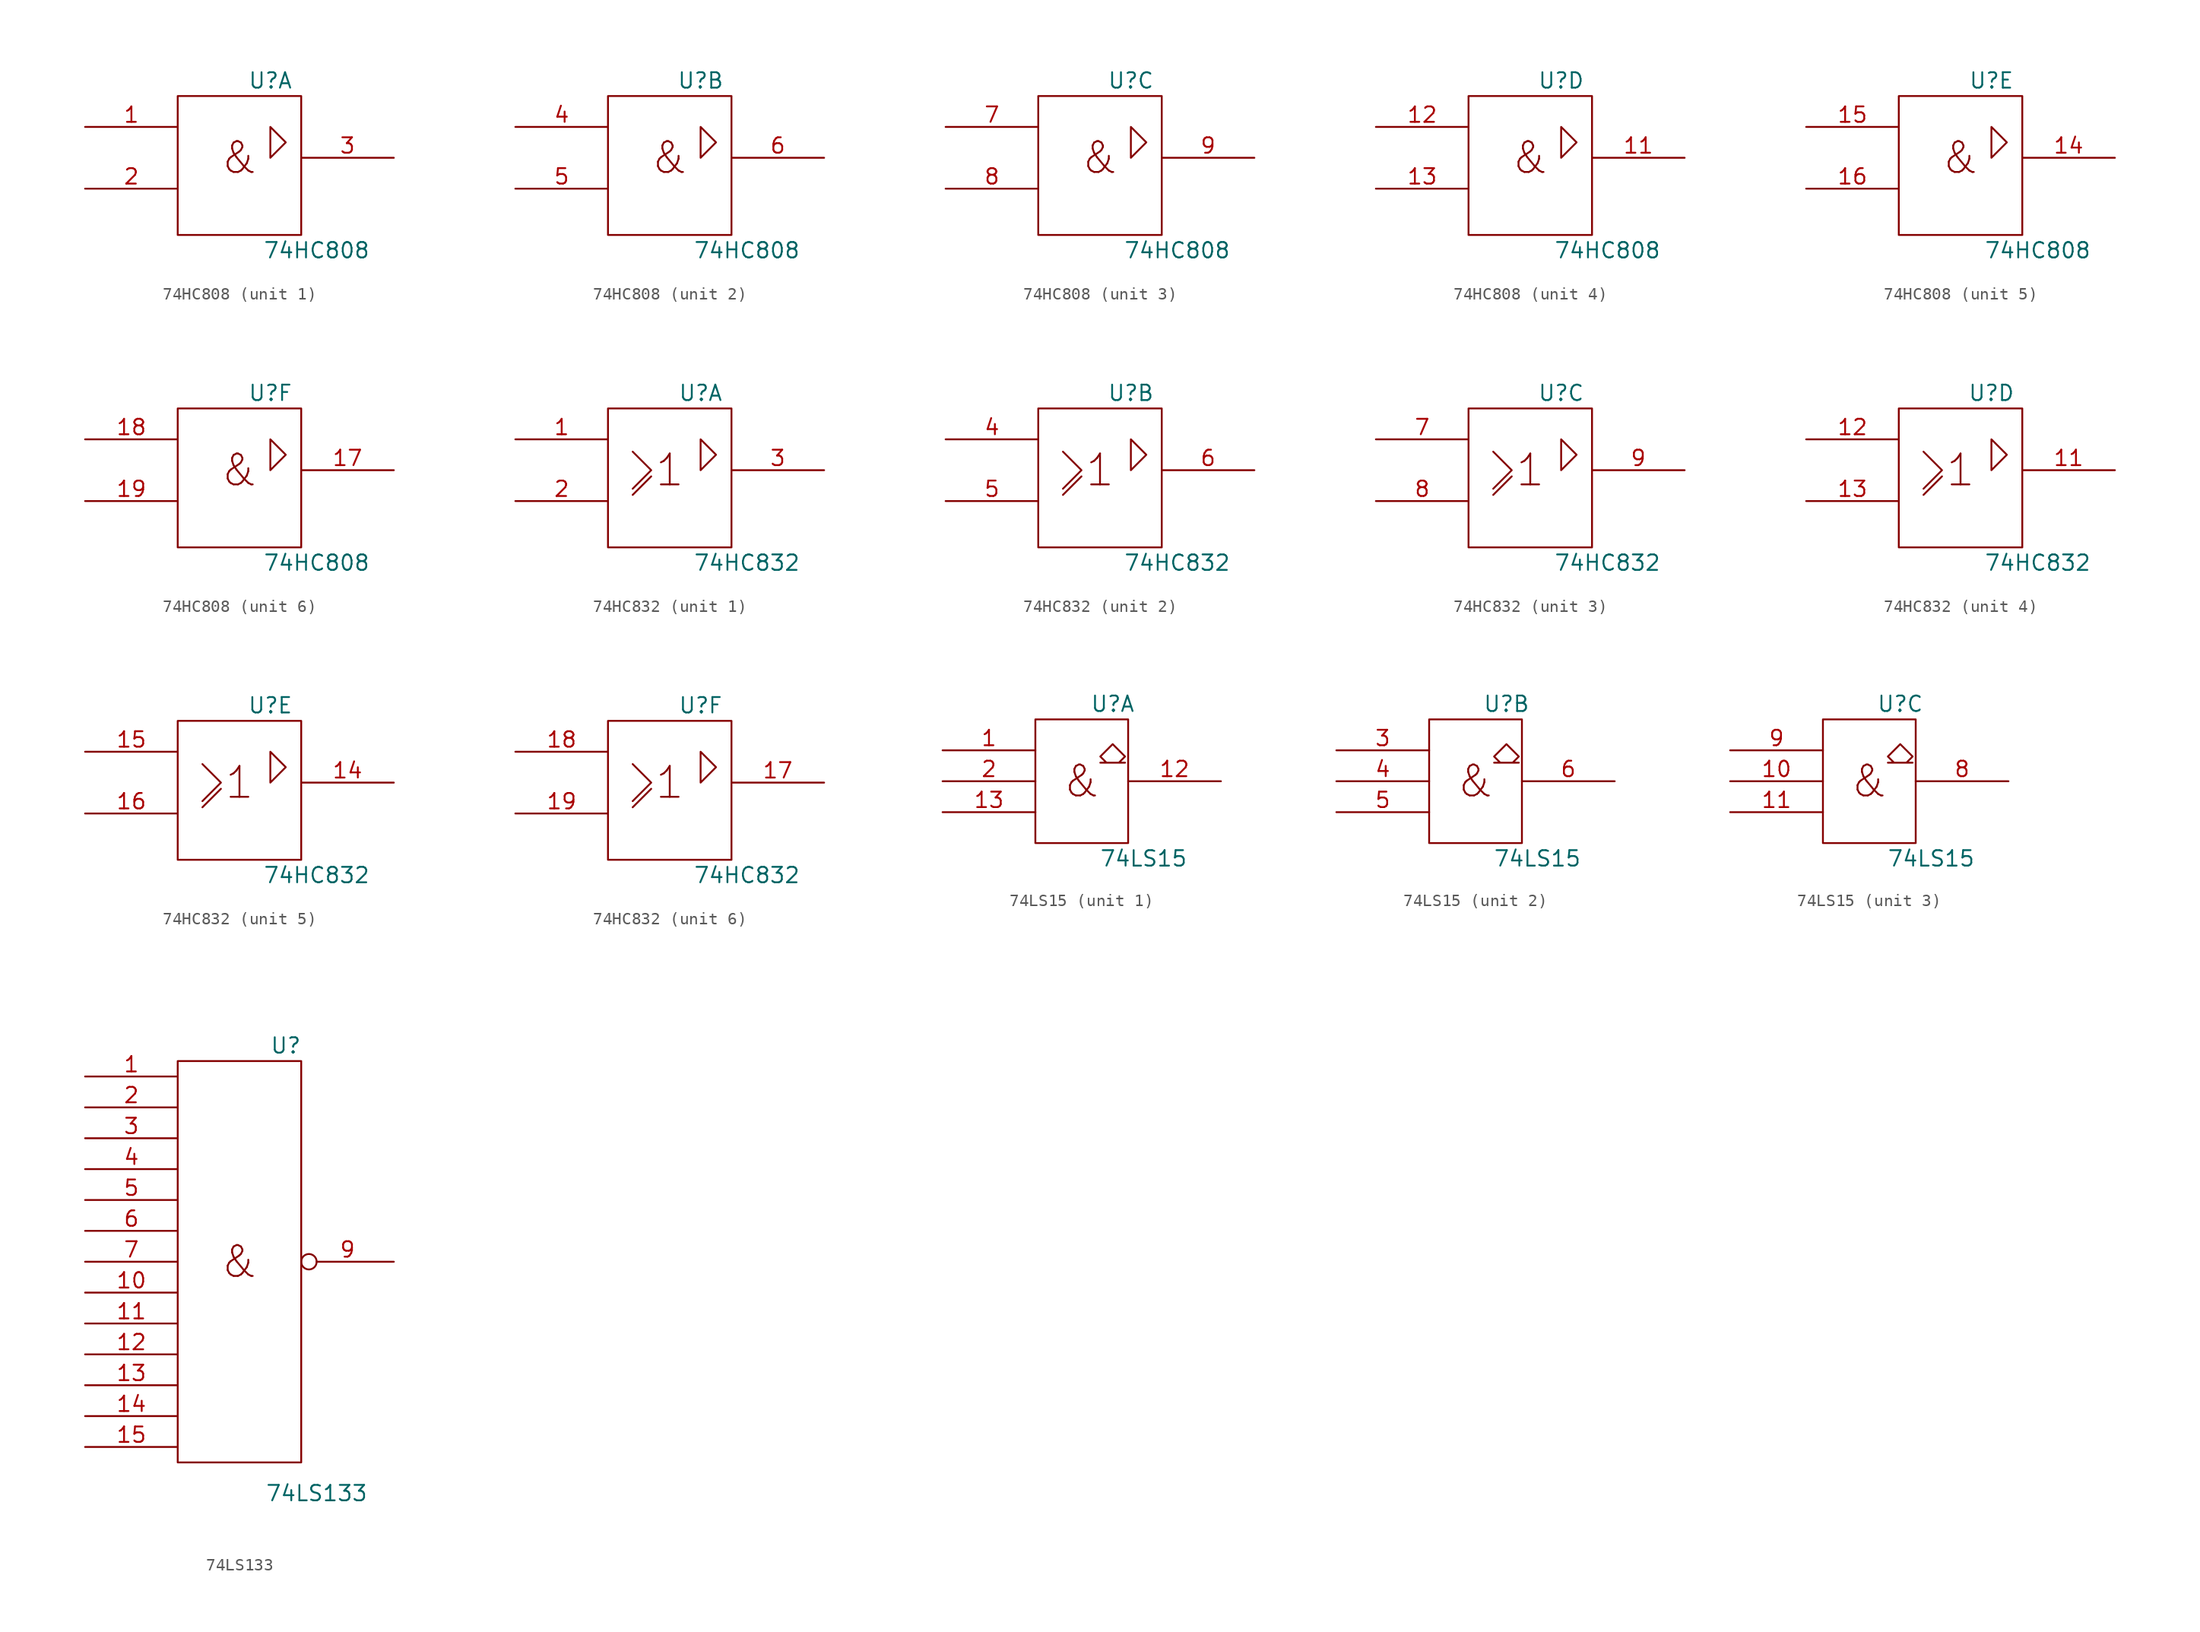
<source format=kicad_sym>
(kicad_symbol_lib
  (version 20201005)
  (generator kicad_symbol_editor)
  (symbol "74xx_IEEE:74HC808"
    (pin_names
      (offset 0.762))
    (property "Reference" "U"
      (at 2.54 6.35 0)
      (effects (font (size 1.27 1.27))))
    (property "Value" "74HC808"
      (at 6.35 -7.62 0)
      (effects (font (size 1.27 1.27))))
    (symbol "74HC808_0_1"
      (text "&" (at 0 0 0) (effects (font (size 2.54 2.54))))
      (rectangle (start -5.08 5.08) (end 5.08 -6.35) (stroke (width 0)) (fill (type none)))
      (polyline (pts (xy 2.54 0) (xy 2.54 2.54) (xy 3.81 1.27) (xy 2.54 0) (xy 2.54 0)) (stroke (width 0)) (fill (type none)))
      (pin power_in line (at 0 -6.35 90) (length 0) hide (name "Gnd" (effects (font (size 1.27 1.27)))) (number "10" (effects (font (size 1.27 1.27)))))
      (pin power_in line (at 0 5.08 270) (length 0) hide (name "Vcc" (effects (font (size 1.27 1.27)))) (number "20" (effects (font (size 1.27 1.27))))))
    (symbol "74HC808_1_1"
      (pin input line (at -12.7 2.54 0) (length 7.62) (name "~" (effects (font (size 1.27 1.27)))) (number "1" (effects (font (size 1.27 1.27)))))
      (pin input line (at -12.7 -2.54 0) (length 7.62) (name "~" (effects (font (size 1.27 1.27)))) (number "2" (effects (font (size 1.27 1.27)))))
      (pin output line (at 12.7 0 180) (length 7.62) (name "~" (effects (font (size 1.27 1.27)))) (number "3" (effects (font (size 1.27 1.27))))))
    (symbol "74HC808_2_1"
      (pin input line (at -12.7 2.54 0) (length 7.62) (name "~" (effects (font (size 1.27 1.27)))) (number "4" (effects (font (size 1.27 1.27)))))
      (pin input line (at -12.7 -2.54 0) (length 7.62) (name "~" (effects (font (size 1.27 1.27)))) (number "5" (effects (font (size 1.27 1.27)))))
      (pin output line (at 12.7 0 180) (length 7.62) (name "~" (effects (font (size 1.27 1.27)))) (number "6" (effects (font (size 1.27 1.27))))))
    (symbol "74HC808_3_1"
      (pin input line (at -12.7 2.54 0) (length 7.62) (name "~" (effects (font (size 1.27 1.27)))) (number "7" (effects (font (size 1.27 1.27)))))
      (pin input line (at -12.7 -2.54 0) (length 7.62) (name "~" (effects (font (size 1.27 1.27)))) (number "8" (effects (font (size 1.27 1.27)))))
      (pin output line (at 12.7 0 180) (length 7.62) (name "~" (effects (font (size 1.27 1.27)))) (number "9" (effects (font (size 1.27 1.27))))))
    (symbol "74HC808_4_1"
      (pin output line (at 12.7 0 180) (length 7.62) (name "~" (effects (font (size 1.27 1.27)))) (number "11" (effects (font (size 1.27 1.27)))))
      (pin input line (at -12.7 2.54 0) (length 7.62) (name "~" (effects (font (size 1.27 1.27)))) (number "12" (effects (font (size 1.27 1.27)))))
      (pin input line (at -12.7 -2.54 0) (length 7.62) (name "~" (effects (font (size 1.27 1.27)))) (number "13" (effects (font (size 1.27 1.27))))))
    (symbol "74HC808_5_1"
      (pin output line (at 12.7 0 180) (length 7.62) (name "~" (effects (font (size 1.27 1.27)))) (number "14" (effects (font (size 1.27 1.27)))))
      (pin input line (at -12.7 2.54 0) (length 7.62) (name "~" (effects (font (size 1.27 1.27)))) (number "15" (effects (font (size 1.27 1.27)))))
      (pin input line (at -12.7 -2.54 0) (length 7.62) (name "~" (effects (font (size 1.27 1.27)))) (number "16" (effects (font (size 1.27 1.27))))))
    (symbol "74HC808_6_1"
      (pin output line (at 12.7 0 180) (length 7.62) (name "~" (effects (font (size 1.27 1.27)))) (number "17" (effects (font (size 1.27 1.27)))))
      (pin input line (at -12.7 2.54 0) (length 7.62) (name "~" (effects (font (size 1.27 1.27)))) (number "18" (effects (font (size 1.27 1.27)))))
      (pin input line (at -12.7 -2.54 0) (length 7.62) (name "~" (effects (font (size 1.27 1.27)))) (number "19" (effects (font (size 1.27 1.27)))))))
  (symbol "74xx_IEEE:74HC832"
    (pin_names
      (offset 0.762))
    (property "Reference" "U"
      (at 2.54 6.35 0)
      (effects (font (size 1.27 1.27))))
    (property "Value" "74HC832"
      (at 6.35 -7.62 0)
      (effects (font (size 1.27 1.27))))
    (symbol "74HC832_0_1"
      (text "1" (at 0 0 0) (effects (font (size 2.54 2.54))))
      (rectangle (start -5.08 5.08) (end 5.08 -6.35) (stroke (width 0)) (fill (type none)))
      (polyline (pts (xy -3.048 -2.032) (xy -1.524 -0.508) (xy -1.524 -0.508)) (stroke (width 0)) (fill (type none)))
      (polyline (pts (xy -3.048 1.524) (xy -1.524 0) (xy -3.048 -1.524) (xy -3.048 -1.524)) (stroke (width 0)) (fill (type none)))
      (polyline (pts (xy 2.54 0) (xy 2.54 2.54) (xy 3.81 1.27) (xy 2.54 0) (xy 2.54 0)) (stroke (width 0)) (fill (type none)))
      (pin power_in line (at 0 -6.35 90) (length 0) hide (name "Gnd" (effects (font (size 1.27 1.27)))) (number "10" (effects (font (size 1.27 1.27)))))
      (pin power_in line (at 0 5.08 270) (length 0) hide (name "Vcc" (effects (font (size 1.27 1.27)))) (number "20" (effects (font (size 1.27 1.27))))))
    (symbol "74HC832_1_1"
      (pin input line (at -12.7 2.54 0) (length 7.62) (name "~" (effects (font (size 1.27 1.27)))) (number "1" (effects (font (size 1.27 1.27)))))
      (pin input line (at -12.7 -2.54 0) (length 7.62) (name "~" (effects (font (size 1.27 1.27)))) (number "2" (effects (font (size 1.27 1.27)))))
      (pin output line (at 12.7 0 180) (length 7.62) (name "~" (effects (font (size 1.27 1.27)))) (number "3" (effects (font (size 1.27 1.27))))))
    (symbol "74HC832_2_1"
      (pin input line (at -12.7 2.54 0) (length 7.62) (name "~" (effects (font (size 1.27 1.27)))) (number "4" (effects (font (size 1.27 1.27)))))
      (pin input line (at -12.7 -2.54 0) (length 7.62) (name "~" (effects (font (size 1.27 1.27)))) (number "5" (effects (font (size 1.27 1.27)))))
      (pin output line (at 12.7 0 180) (length 7.62) (name "~" (effects (font (size 1.27 1.27)))) (number "6" (effects (font (size 1.27 1.27))))))
    (symbol "74HC832_3_1"
      (pin input line (at -12.7 2.54 0) (length 7.62) (name "~" (effects (font (size 1.27 1.27)))) (number "7" (effects (font (size 1.27 1.27)))))
      (pin input line (at -12.7 -2.54 0) (length 7.62) (name "~" (effects (font (size 1.27 1.27)))) (number "8" (effects (font (size 1.27 1.27)))))
      (pin output line (at 12.7 0 180) (length 7.62) (name "~" (effects (font (size 1.27 1.27)))) (number "9" (effects (font (size 1.27 1.27))))))
    (symbol "74HC832_4_1"
      (pin output line (at 12.7 0 180) (length 7.62) (name "~" (effects (font (size 1.27 1.27)))) (number "11" (effects (font (size 1.27 1.27)))))
      (pin input line (at -12.7 2.54 0) (length 7.62) (name "~" (effects (font (size 1.27 1.27)))) (number "12" (effects (font (size 1.27 1.27)))))
      (pin input line (at -12.7 -2.54 0) (length 7.62) (name "~" (effects (font (size 1.27 1.27)))) (number "13" (effects (font (size 1.27 1.27))))))
    (symbol "74HC832_5_1"
      (pin output line (at 12.7 0 180) (length 7.62) (name "~" (effects (font (size 1.27 1.27)))) (number "14" (effects (font (size 1.27 1.27)))))
      (pin input line (at -12.7 2.54 0) (length 7.62) (name "~" (effects (font (size 1.27 1.27)))) (number "15" (effects (font (size 1.27 1.27)))))
      (pin input line (at -12.7 -2.54 0) (length 7.62) (name "~" (effects (font (size 1.27 1.27)))) (number "16" (effects (font (size 1.27 1.27))))))
    (symbol "74HC832_6_1"
      (pin output line (at 12.7 0 180) (length 7.62) (name "~" (effects (font (size 1.27 1.27)))) (number "17" (effects (font (size 1.27 1.27)))))
      (pin input line (at -12.7 2.54 0) (length 7.62) (name "~" (effects (font (size 1.27 1.27)))) (number "18" (effects (font (size 1.27 1.27)))))
      (pin input line (at -12.7 -2.54 0) (length 7.62) (name "~" (effects (font (size 1.27 1.27)))) (number "19" (effects (font (size 1.27 1.27)))))))
  (symbol "74xx_IEEE:74LS15"
    (pin_names
      (offset 0.762))
    (property "Reference" "U"
      (at 2.54 6.35 0)
      (effects (font (size 1.27 1.27))))
    (property "Value" "74LS15"
      (at 5.08 -6.35 0)
      (effects (font (size 1.27 1.27))))
    (symbol "74LS15_0_0"
      (text "&" (at 0 0 0) (effects (font (size 2.54 2.54))))
      (polyline (pts (xy 2.032 1.524) (xy 1.524 2.032) (xy 2.54 3.048) (xy 3.556 2.032) (xy 3.048 1.524) (xy 3.556 1.524) (xy 1.524 1.524) (xy 1.524 1.524)) (stroke (width 0)) (fill (type none))))
    (symbol "74LS15_0_1"
      (rectangle (start -3.81 5.08) (end 3.81 -5.08) (stroke (width 0)) (fill (type none)))
      (pin power_in line (at 0 5.08 270) (length 0) hide (name "Vcc" (effects (font (size 1.27 1.27)))) (number "14" (effects (font (size 1.27 1.27)))))
      (pin power_in line (at 0 -5.08 90) (length 0) hide (name "Gnd" (effects (font (size 1.27 1.27)))) (number "7" (effects (font (size 1.27 1.27))))))
    (symbol "74LS15_1_1"
      (pin input line (at -11.43 2.54 0) (length 7.62) (name "~" (effects (font (size 1.27 1.27)))) (number "1" (effects (font (size 1.27 1.27)))))
      (pin output line (at 11.43 0 180) (length 7.62) (name "~" (effects (font (size 1.27 1.27)))) (number "12" (effects (font (size 1.27 1.27)))))
      (pin input line (at -11.43 -2.54 0) (length 7.62) (name "~" (effects (font (size 1.27 1.27)))) (number "13" (effects (font (size 1.27 1.27)))))
      (pin input line (at -11.43 0 0) (length 7.62) (name "~" (effects (font (size 1.27 1.27)))) (number "2" (effects (font (size 1.27 1.27))))))
    (symbol "74LS15_2_1"
      (pin input line (at -11.43 2.54 0) (length 7.62) (name "~" (effects (font (size 1.27 1.27)))) (number "3" (effects (font (size 1.27 1.27)))))
      (pin input line (at -11.43 0 0) (length 7.62) (name "~" (effects (font (size 1.27 1.27)))) (number "4" (effects (font (size 1.27 1.27)))))
      (pin input line (at -11.43 -2.54 0) (length 7.62) (name "~" (effects (font (size 1.27 1.27)))) (number "5" (effects (font (size 1.27 1.27)))))
      (pin output line (at 11.43 0 180) (length 7.62) (name "~" (effects (font (size 1.27 1.27)))) (number "6" (effects (font (size 1.27 1.27))))))
    (symbol "74LS15_3_1"
      (pin input line (at -11.43 0 0) (length 7.62) (name "~" (effects (font (size 1.27 1.27)))) (number "10" (effects (font (size 1.27 1.27)))))
      (pin input line (at -11.43 -2.54 0) (length 7.62) (name "~" (effects (font (size 1.27 1.27)))) (number "11" (effects (font (size 1.27 1.27)))))
      (pin output line (at 11.43 0 180) (length 7.62) (name "~" (effects (font (size 1.27 1.27)))) (number "8" (effects (font (size 1.27 1.27)))))
      (pin input line (at -11.43 2.54 0) (length 7.62) (name "~" (effects (font (size 1.27 1.27)))) (number "9" (effects (font (size 1.27 1.27)))))))
  (symbol "74xx_IEEE:74LS133"
    (pin_names
      (offset 0.762))
    (property "Reference" "U"
      (at 3.81 17.78 0)
      (effects (font (size 1.27 1.27))))
    (property "Value" "74LS133"
      (at 6.35 -19.05 0)
      (effects (font (size 1.27 1.27))))
    (symbol "74LS133_0_0"
      (text "&" (at 0 0 0) (effects (font (size 2.54 2.54)))))
    (symbol "74LS133_0_1"
      (rectangle (start -5.08 16.51) (end 5.08 -16.51) (stroke (width 0)) (fill (type none)))
      (pin power_in line (at 0 16.51 270) (length 0) hide (name "Vcc" (effects (font (size 1.27 1.27)))) (number "16" (effects (font (size 1.27 1.27)))))
      (pin power_in line (at 0 -16.51 90) (length 0) hide (name "Gnd" (effects (font (size 1.27 1.27)))) (number "8" (effects (font (size 1.27 1.27))))))
    (symbol "74LS133_1_1"
      (pin input line (at -12.7 15.24 0) (length 7.62) (name "~" (effects (font (size 1.27 1.27)))) (number "1" (effects (font (size 1.27 1.27)))))
      (pin input line (at -12.7 -2.54 0) (length 7.62) (name "~" (effects (font (size 1.27 1.27)))) (number "10" (effects (font (size 1.27 1.27)))))
      (pin input line (at -12.7 -5.08 0) (length 7.62) (name "~" (effects (font (size 1.27 1.27)))) (number "11" (effects (font (size 1.27 1.27)))))
      (pin input line (at -12.7 -7.62 0) (length 7.62) (name "~" (effects (font (size 1.27 1.27)))) (number "12" (effects (font (size 1.27 1.27)))))
      (pin input line (at -12.7 -10.16 0) (length 7.62) (name "~" (effects (font (size 1.27 1.27)))) (number "13" (effects (font (size 1.27 1.27)))))
      (pin input line (at -12.7 -12.7 0) (length 7.62) (name "~" (effects (font (size 1.27 1.27)))) (number "14" (effects (font (size 1.27 1.27)))))
      (pin input line (at -12.7 -15.24 0) (length 7.62) (name "~" (effects (font (size 1.27 1.27)))) (number "15" (effects (font (size 1.27 1.27)))))
      (pin input line (at -12.7 12.7 0) (length 7.62) (name "~" (effects (font (size 1.27 1.27)))) (number "2" (effects (font (size 1.27 1.27)))))
      (pin input line (at -12.7 10.16 0) (length 7.62) (name "~" (effects (font (size 1.27 1.27)))) (number "3" (effects (font (size 1.27 1.27)))))
      (pin input line (at -12.7 7.62 0) (length 7.62) (name "~" (effects (font (size 1.27 1.27)))) (number "4" (effects (font (size 1.27 1.27)))))
      (pin input line (at -12.7 5.08 0) (length 7.62) (name "~" (effects (font (size 1.27 1.27)))) (number "5" (effects (font (size 1.27 1.27)))))
      (pin input line (at -12.7 2.54 0) (length 7.62) (name "~" (effects (font (size 1.27 1.27)))) (number "6" (effects (font (size 1.27 1.27)))))
      (pin input line (at -12.7 0 0) (length 7.62) (name "~" (effects (font (size 1.27 1.27)))) (number "7" (effects (font (size 1.27 1.27)))))
      (pin output inverted (at 12.7 0 180) (length 7.62) (name "~" (effects (font (size 1.27 1.27)))) (number "9" (effects (font (size 1.27 1.27))))))))
</source>
